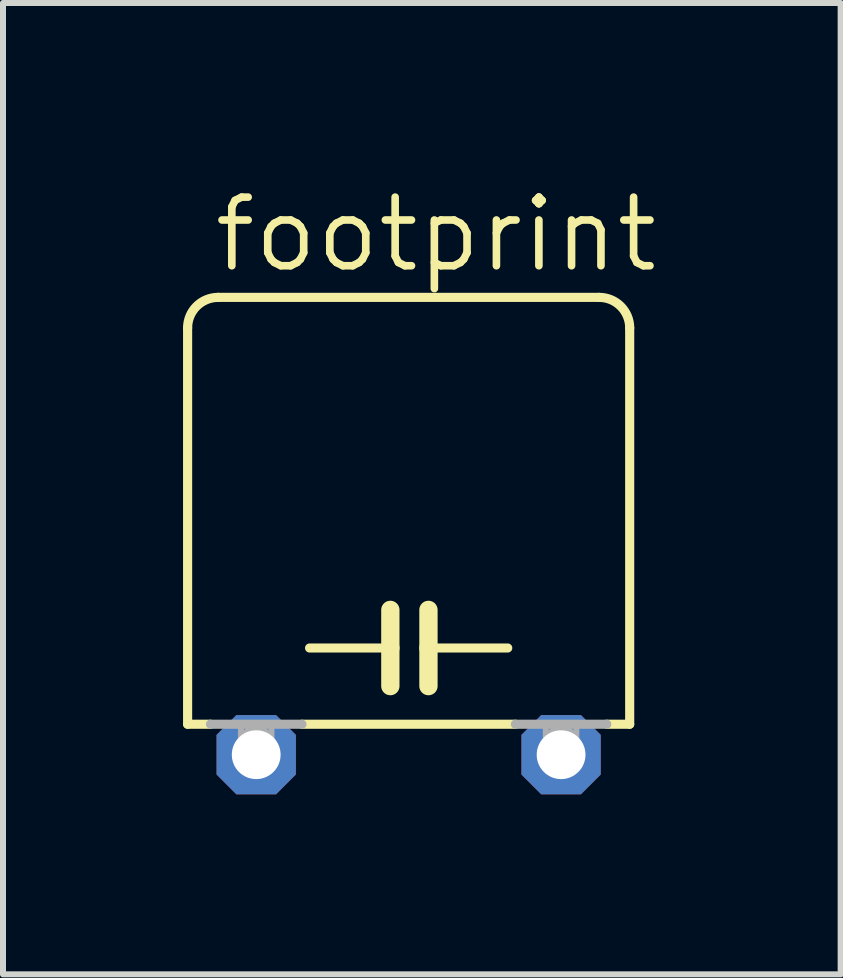
<source format=kicad_pcb>
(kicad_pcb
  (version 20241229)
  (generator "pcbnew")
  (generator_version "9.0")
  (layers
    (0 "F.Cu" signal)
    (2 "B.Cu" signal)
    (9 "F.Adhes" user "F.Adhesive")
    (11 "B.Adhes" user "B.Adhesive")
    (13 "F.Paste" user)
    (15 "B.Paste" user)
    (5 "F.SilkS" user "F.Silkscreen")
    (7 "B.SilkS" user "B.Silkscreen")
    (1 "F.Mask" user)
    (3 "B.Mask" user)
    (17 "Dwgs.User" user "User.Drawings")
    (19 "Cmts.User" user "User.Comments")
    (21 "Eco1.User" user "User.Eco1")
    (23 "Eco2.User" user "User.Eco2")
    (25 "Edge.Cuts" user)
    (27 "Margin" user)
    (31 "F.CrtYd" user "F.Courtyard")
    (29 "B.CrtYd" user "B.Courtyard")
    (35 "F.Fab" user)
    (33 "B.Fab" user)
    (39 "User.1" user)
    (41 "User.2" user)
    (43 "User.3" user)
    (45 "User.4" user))
  (footprint "footprint"
    (layer "F.Cu")
    (at 3.759 9.525)
    (property "Reference" "footprint" (at -3.302 -8.001 0) (layer "F.SilkS") (effects (font (size 1.143 1.143) (thickness 0.127)) (justify left bottom)))
    (fp_line (start -3.683 -7.112) (end -3.683 -0.508) (stroke (width 0.152) (type solid)) (layer "F.SilkS"))
    (fp_line (start -3.683 -0.508) (end -3.302 -0.508) (stroke (width 0.152) (type solid)) (layer "F.SilkS"))
    (fp_line (start -1.778 -0.508) (end 1.778 -0.508) (stroke (width 0.152) (type solid)) (layer "F.SilkS"))
    (fp_line (start -0.305 -2.413) (end -0.305 -1.778) (stroke (width 0.305) (type solid)) (layer "F.SilkS"))
    (fp_line (start -0.305 -1.778) (end -1.651 -1.778) (stroke (width 0.152) (type solid)) (layer "F.SilkS"))
    (fp_line (start -0.305 -1.778) (end -0.305 -1.143) (stroke (width 0.305) (type solid)) (layer "F.SilkS"))
    (fp_line (start 0.33 -2.413) (end 0.33 -1.778) (stroke (width 0.305) (type solid)) (layer "F.SilkS"))
    (fp_line (start 0.33 -1.778) (end 0.33 -1.143) (stroke (width 0.305) (type solid)) (layer "F.SilkS"))
    (fp_line (start 0.33 -1.778) (end 1.651 -1.778) (stroke (width 0.152) (type solid)) (layer "F.SilkS"))
    (fp_line (start 3.175 -7.62) (end -3.175 -7.62) (stroke (width 0.152) (type solid)) (layer "F.SilkS"))
    (fp_line (start 3.302 -0.508) (end 3.683 -0.508) (stroke (width 0.152) (type solid)) (layer "F.SilkS"))
    (fp_line (start 3.683 -0.508) (end 3.683 -7.112) (stroke (width 0.152) (type solid)) (layer "F.SilkS"))
    (fp_arc (start -3.683 -7.112) (mid -3.53421 -7.47121) (end -3.175 -7.62) (stroke (width 0.1524) (type solid)) (layer "F.SilkS"))
    (fp_arc (start 3.175 -7.62) (mid 3.53421 -7.47121) (end 3.683 -7.112) (stroke (width 0.1524) (type solid)) (layer "F.SilkS"))
    (fp_line (start -3.302 -0.508) (end -1.778 -0.508) (stroke (width 0.152) (type solid)) (layer "F.Fab"))
    (fp_line (start -2.54 0) (end -2.54 -0.254) (stroke (width 0.508) (type solid)) (layer "F.Fab"))
    (fp_line (start 1.778 -0.508) (end 3.302 -0.508) (stroke (width 0.152) (type solid)) (layer "F.Fab"))
    (fp_line (start 2.54 0) (end 2.54 -0.254) (stroke (width 0.508) (type solid)) (layer "F.Fab"))
    (fp_poly (pts (xy -2.794 -0.127) (xy -2.286 -0.127) (xy -2.286 -0.508) (xy -2.794 -0.508)) (stroke (width 0.1) (type solid)) (fill no) (layer "F.Fab"))
    (fp_poly (pts (xy 2.286 -0.127) (xy 2.794 -0.127) (xy 2.794 -0.508) (xy 2.286 -0.508)) (stroke (width 0.1) (type solid)) (fill no) (layer "F.Fab"))
    (pad "1" thru_hole roundrect (at -2.54 0) (size 1.321 1.321) (drill 0.813) (layers "*.Cu" "*.Mask") (roundrect_rratio 0.25) (chamfer_ratio 0.25) (chamfer top_left top_right bottom_left bottom_right))
    (pad "2" thru_hole roundrect (at 2.54 0) (size 1.321 1.321) (drill 0.813) (layers "*.Cu" "*.Mask") (roundrect_rratio 0.25) (chamfer_ratio 0.25) (chamfer top_left top_right bottom_left bottom_right)))
  (gr_rect
    (start -3 -3)
    (end 10.957 13.185)
    (stroke (width 0.1) (type default))
    (fill no)
    (layer "Edge.Cuts")))
</source>
